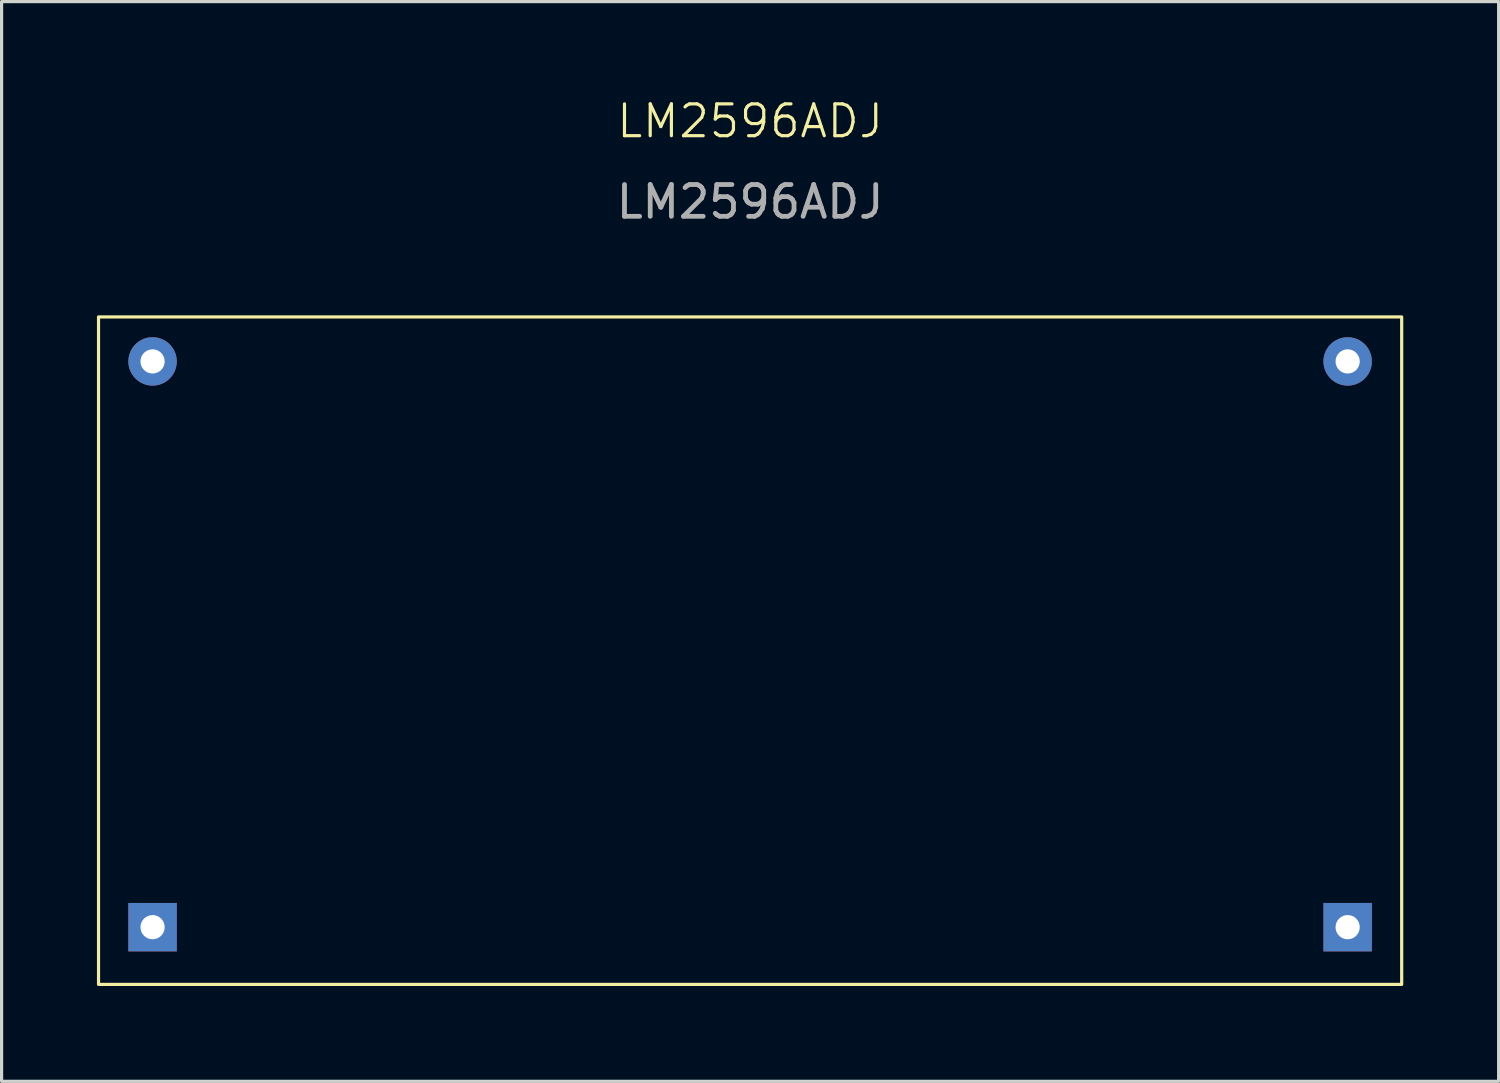
<source format=kicad_pcb>
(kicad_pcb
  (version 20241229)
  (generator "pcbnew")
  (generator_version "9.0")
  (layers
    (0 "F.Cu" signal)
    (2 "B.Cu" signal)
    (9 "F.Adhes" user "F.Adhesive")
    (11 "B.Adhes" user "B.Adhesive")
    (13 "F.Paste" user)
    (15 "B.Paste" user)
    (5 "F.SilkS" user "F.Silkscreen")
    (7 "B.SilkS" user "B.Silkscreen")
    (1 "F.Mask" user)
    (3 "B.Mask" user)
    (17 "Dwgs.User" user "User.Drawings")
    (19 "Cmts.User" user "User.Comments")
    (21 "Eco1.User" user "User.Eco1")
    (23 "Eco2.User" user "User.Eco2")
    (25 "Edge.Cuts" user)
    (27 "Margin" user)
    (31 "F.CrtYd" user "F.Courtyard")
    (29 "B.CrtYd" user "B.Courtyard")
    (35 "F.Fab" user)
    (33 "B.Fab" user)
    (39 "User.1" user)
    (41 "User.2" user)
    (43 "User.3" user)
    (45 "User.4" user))
  (footprint "LM2596ADJ"
    (layer "F.Cu")
    (at 20.55 10.921)
    (property "Reference" "LM2596ADJ" (at 0 -10.16 0) (unlocked yes) (layer "F.SilkS") (effects (font (size 1 1) (thickness 0.1))))
    (attr through_hole)
    (fp_rect (start -20.5 -4) (end 20.5 17) (stroke (width 0.1) (type default)) (fill no) (layer "F.SilkS"))
    (fp_text user "${REFERENCE}" (at 0 -7.62 0) (unlocked yes) (layer "F.Fab") (effects (font (size 1 1) (thickness 0.15))))
    (pad "1" thru_hole circle (at -18.8 -2.6) (size 1.524 1.524) (drill 0.762) (layers "*.Cu" "*.Mask"))
    (pad "2" thru_hole rect (at -18.8 15.2) (size 1.524 1.524) (drill 0.762) (layers "*.Cu" "*.Mask"))
    (pad "3" thru_hole circle (at 18.8 -2.6) (size 1.524 1.524) (drill 0.762) (layers "*.Cu" "*.Mask"))
    (pad "4" thru_hole rect (at 18.8 15.2) (size 1.524 1.524) (drill 0.762) (layers "*.Cu" "*.Mask")))
  (gr_rect
    (start -3 -3)
    (end 44.1 30.971)
    (stroke (width 0.1) (type default))
    (fill no)
    (layer "Edge.Cuts")))
</source>
